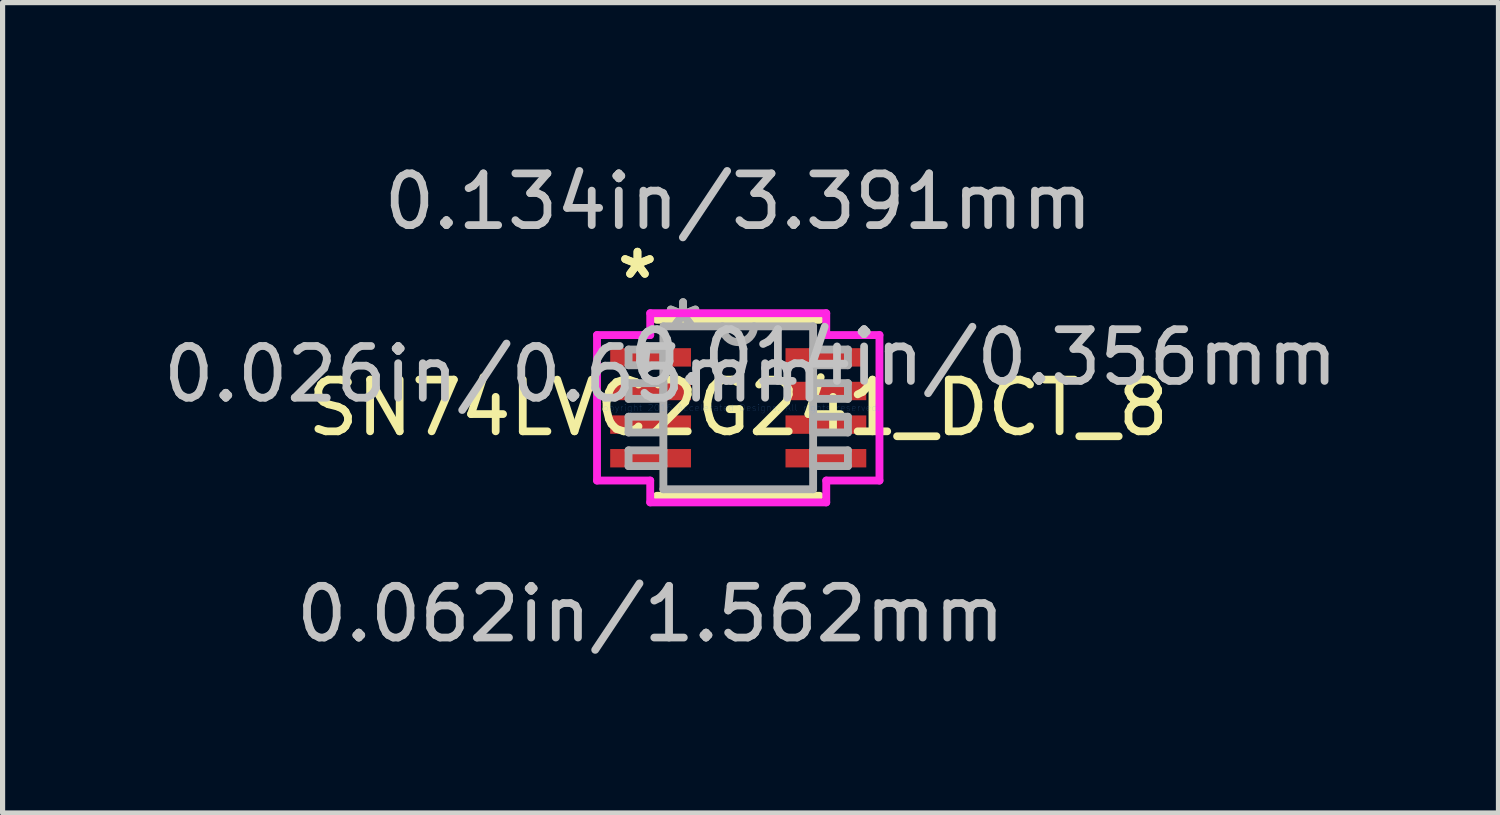
<source format=kicad_pcb>
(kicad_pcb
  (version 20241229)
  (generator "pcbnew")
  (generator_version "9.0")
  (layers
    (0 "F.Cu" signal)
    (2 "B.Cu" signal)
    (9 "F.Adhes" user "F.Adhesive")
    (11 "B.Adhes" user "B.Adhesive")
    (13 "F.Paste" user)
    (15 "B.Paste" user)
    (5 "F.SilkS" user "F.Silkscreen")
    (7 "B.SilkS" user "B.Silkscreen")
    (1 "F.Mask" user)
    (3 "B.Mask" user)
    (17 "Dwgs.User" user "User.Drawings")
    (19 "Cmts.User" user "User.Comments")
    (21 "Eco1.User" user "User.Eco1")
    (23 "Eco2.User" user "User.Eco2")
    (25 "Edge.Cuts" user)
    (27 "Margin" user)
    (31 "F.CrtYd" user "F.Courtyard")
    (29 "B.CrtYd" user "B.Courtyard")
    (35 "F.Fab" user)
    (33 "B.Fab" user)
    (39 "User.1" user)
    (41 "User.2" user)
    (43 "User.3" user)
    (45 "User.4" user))
  (footprint "SN74LVC2G241_DCT_8"
    (layer "F.Cu")
    (at 11.226 4.836)
    (property "Reference" "SN74LVC2G241_DCT_8" (at 0 0 0) (layer "F.SilkS") (effects (font (size 1 1) (thickness 0.15))))
    (attr through_hole)
    (fp_line (start -1.575 1.702) (end 1.575 1.702) (stroke (width 0.152) (type solid)) (layer "F.SilkS"))
    (fp_line (start 1.575 -1.702) (end -1.575 -1.702) (stroke (width 0.152) (type solid)) (layer "F.SilkS"))
    (fp_line (start -2.731 -1.407) (end -1.702 -1.407) (stroke (width 0.152) (type solid)) (layer "F.CrtYd"))
    (fp_line (start -2.731 1.407) (end -2.731 -1.407) (stroke (width 0.152) (type solid)) (layer "F.CrtYd"))
    (fp_line (start -1.702 -1.829) (end 1.702 -1.829) (stroke (width 0.152) (type solid)) (layer "F.CrtYd"))
    (fp_line (start -1.702 -1.407) (end -1.702 -1.829) (stroke (width 0.152) (type solid)) (layer "F.CrtYd"))
    (fp_line (start -1.702 1.407) (end -2.731 1.407) (stroke (width 0.152) (type solid)) (layer "F.CrtYd"))
    (fp_line (start -1.702 1.829) (end -1.702 1.407) (stroke (width 0.152) (type solid)) (layer "F.CrtYd"))
    (fp_line (start 1.702 -1.829) (end 1.702 -1.407) (stroke (width 0.152) (type solid)) (layer "F.CrtYd"))
    (fp_line (start 1.702 -1.407) (end 2.731 -1.407) (stroke (width 0.152) (type solid)) (layer "F.CrtYd"))
    (fp_line (start 1.702 1.407) (end 1.702 1.829) (stroke (width 0.152) (type solid)) (layer "F.CrtYd"))
    (fp_line (start 1.702 1.829) (end -1.702 1.829) (stroke (width 0.152) (type solid)) (layer "F.CrtYd"))
    (fp_line (start 2.731 -1.407) (end 2.731 1.407) (stroke (width 0.152) (type solid)) (layer "F.CrtYd"))
    (fp_line (start 2.731 1.407) (end 1.702 1.407) (stroke (width 0.152) (type solid)) (layer "F.CrtYd"))
    (fp_line (start -2.121 -1.127) (end -2.121 -0.823) (stroke (width 0.152) (type solid)) (layer "F.Fab"))
    (fp_line (start -2.121 -0.823) (end -1.448 -0.823) (stroke (width 0.152) (type solid)) (layer "F.Fab"))
    (fp_line (start -2.121 -0.477) (end -2.121 -0.173) (stroke (width 0.152) (type solid)) (layer "F.Fab"))
    (fp_line (start -2.121 -0.173) (end -1.448 -0.173) (stroke (width 0.152) (type solid)) (layer "F.Fab"))
    (fp_line (start -2.121 0.173) (end -2.121 0.477) (stroke (width 0.152) (type solid)) (layer "F.Fab"))
    (fp_line (start -2.121 0.477) (end -1.448 0.477) (stroke (width 0.152) (type solid)) (layer "F.Fab"))
    (fp_line (start -2.121 0.823) (end -2.121 1.127) (stroke (width 0.152) (type solid)) (layer "F.Fab"))
    (fp_line (start -2.121 1.127) (end -1.448 1.127) (stroke (width 0.152) (type solid)) (layer "F.Fab"))
    (fp_line (start -1.448 -1.575) (end -1.448 1.575) (stroke (width 0.152) (type solid)) (layer "F.Fab"))
    (fp_line (start -1.448 -1.127) (end -2.121 -1.127) (stroke (width 0.152) (type solid)) (layer "F.Fab"))
    (fp_line (start -1.448 -0.823) (end -1.448 -1.127) (stroke (width 0.152) (type solid)) (layer "F.Fab"))
    (fp_line (start -1.448 -0.477) (end -2.121 -0.477) (stroke (width 0.152) (type solid)) (layer "F.Fab"))
    (fp_line (start -1.448 -0.173) (end -1.448 -0.477) (stroke (width 0.152) (type solid)) (layer "F.Fab"))
    (fp_line (start -1.448 0.173) (end -2.121 0.173) (stroke (width 0.152) (type solid)) (layer "F.Fab"))
    (fp_line (start -1.448 0.477) (end -1.448 0.173) (stroke (width 0.152) (type solid)) (layer "F.Fab"))
    (fp_line (start -1.448 0.823) (end -2.121 0.823) (stroke (width 0.152) (type solid)) (layer "F.Fab"))
    (fp_line (start -1.448 1.127) (end -1.448 0.823) (stroke (width 0.152) (type solid)) (layer "F.Fab"))
    (fp_line (start -1.448 1.575) (end 1.448 1.575) (stroke (width 0.152) (type solid)) (layer "F.Fab"))
    (fp_line (start 1.448 -1.575) (end -1.448 -1.575) (stroke (width 0.152) (type solid)) (layer "F.Fab"))
    (fp_line (start 1.448 -1.127) (end 1.448 -0.823) (stroke (width 0.152) (type solid)) (layer "F.Fab"))
    (fp_line (start 1.448 -0.823) (end 2.121 -0.823) (stroke (width 0.152) (type solid)) (layer "F.Fab"))
    (fp_line (start 1.448 -0.477) (end 1.448 -0.173) (stroke (width 0.152) (type solid)) (layer "F.Fab"))
    (fp_line (start 1.448 -0.173) (end 2.121 -0.173) (stroke (width 0.152) (type solid)) (layer "F.Fab"))
    (fp_line (start 1.448 0.173) (end 1.448 0.477) (stroke (width 0.152) (type solid)) (layer "F.Fab"))
    (fp_line (start 1.448 0.477) (end 2.121 0.477) (stroke (width 0.152) (type solid)) (layer "F.Fab"))
    (fp_line (start 1.448 0.823) (end 1.448 1.127) (stroke (width 0.152) (type solid)) (layer "F.Fab"))
    (fp_line (start 1.448 1.127) (end 2.121 1.127) (stroke (width 0.152) (type solid)) (layer "F.Fab"))
    (fp_line (start 1.448 1.575) (end 1.448 -1.575) (stroke (width 0.152) (type solid)) (layer "F.Fab"))
    (fp_line (start 2.121 -1.127) (end 1.448 -1.127) (stroke (width 0.152) (type solid)) (layer "F.Fab"))
    (fp_line (start 2.121 -0.823) (end 2.121 -1.127) (stroke (width 0.152) (type solid)) (layer "F.Fab"))
    (fp_line (start 2.121 -0.477) (end 1.448 -0.477) (stroke (width 0.152) (type solid)) (layer "F.Fab"))
    (fp_line (start 2.121 -0.173) (end 2.121 -0.477) (stroke (width 0.152) (type solid)) (layer "F.Fab"))
    (fp_line (start 2.121 0.173) (end 1.448 0.173) (stroke (width 0.152) (type solid)) (layer "F.Fab"))
    (fp_line (start 2.121 0.477) (end 2.121 0.173) (stroke (width 0.152) (type solid)) (layer "F.Fab"))
    (fp_line (start 2.121 0.823) (end 1.448 0.823) (stroke (width 0.152) (type solid)) (layer "F.Fab"))
    (fp_line (start 2.121 1.127) (end 2.121 0.823) (stroke (width 0.152) (type solid)) (layer "F.Fab"))
    (fp_arc (start 0.3048 -1.5748) (mid 0 -1.27) (end -0.3048 -1.5748) (stroke (width 0.1524) (type solid)) (layer "F.Fab"))
    (fp_text user "*" (at -1.949 -2.474 0) (layer "F.SilkS") (effects (font (size 1 1) (thickness 0.15))))
    (fp_text user "*" (at -1.949 -2.474 0) (layer "F.SilkS") (effects (font (size 1 1) (thickness 0.15))))
    (fp_text user "0.014in/0.356mm" (at 4.743 -0.975 0) (layer "Dwgs.User") (effects (font (size 1 1) (thickness 0.15))))
    (fp_text user "0.026in/0.65mm" (at -4.743 -0.65 0) (layer "Dwgs.User") (effects (font (size 1 1) (thickness 0.15))))
    (fp_text user "0.062in/1.562mm" (at -1.695 3.988 0) (layer "Dwgs.User") (effects (font (size 1 1) (thickness 0.15))))
    (fp_text user "0.134in/3.391mm" (at 0 -3.988 0) (layer "Dwgs.User") (effects (font (size 1 1) (thickness 0.15))))
    (fp_text user "Copyright 2016 Accelerated Designs. All rights reserved." (at 0 0 0) (layer "Cmts.User") (effects (font (size 0.127 0.127) (thickness 0.002))))
    (fp_text user "*" (at -1.067 -1.499 0) (layer "F.Fab") (effects (font (size 1 1) (thickness 0.15))))
    (fp_text user "*" (at -1.067 -1.499 0) (layer "F.Fab") (effects (font (size 1 1) (thickness 0.15))))
    (pad "1" smd rect (at -1.695 -0.975) (size 1.562 0.356) (layers "F.Cu" "F.Mask" "F.Paste"))
    (pad "2" smd rect (at -1.695 -0.325) (size 1.562 0.356) (layers "F.Cu" "F.Mask" "F.Paste"))
    (pad "3" smd rect (at -1.695 0.325) (size 1.562 0.356) (layers "F.Cu" "F.Mask" "F.Paste"))
    (pad "4" smd rect (at -1.695 0.975) (size 1.562 0.356) (layers "F.Cu" "F.Mask" "F.Paste"))
    (pad "5" smd rect (at 1.695 0.975) (size 1.562 0.356) (layers "F.Cu" "F.Mask" "F.Paste"))
    (pad "6" smd rect (at 1.695 0.325) (size 1.562 0.356) (layers "F.Cu" "F.Mask" "F.Paste"))
    (pad "7" smd rect (at 1.695 -0.325) (size 1.562 0.356) (layers "F.Cu" "F.Mask" "F.Paste"))
    (pad "8" smd rect (at 1.695 -0.975) (size 1.562 0.356) (layers "F.Cu" "F.Mask" "F.Paste")))
  (gr_rect
    (start -3 -3)
    (end 25.927 12.672)
    (stroke (width 0.1) (type default))
    (fill no)
    (layer "Edge.Cuts")))
</source>
